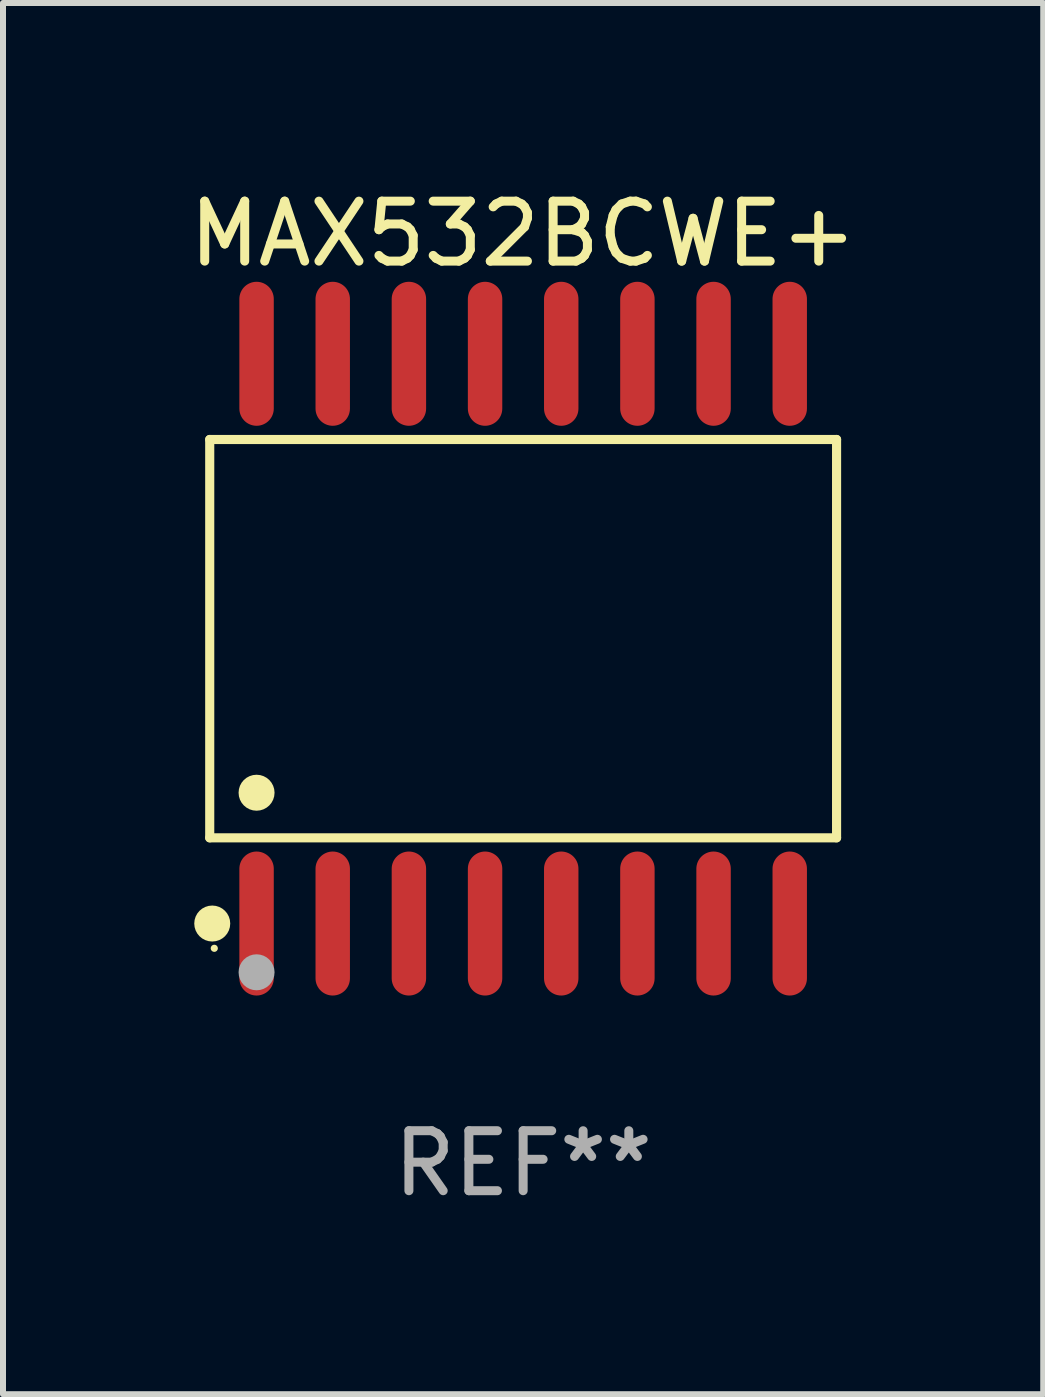
<source format=kicad_pcb>
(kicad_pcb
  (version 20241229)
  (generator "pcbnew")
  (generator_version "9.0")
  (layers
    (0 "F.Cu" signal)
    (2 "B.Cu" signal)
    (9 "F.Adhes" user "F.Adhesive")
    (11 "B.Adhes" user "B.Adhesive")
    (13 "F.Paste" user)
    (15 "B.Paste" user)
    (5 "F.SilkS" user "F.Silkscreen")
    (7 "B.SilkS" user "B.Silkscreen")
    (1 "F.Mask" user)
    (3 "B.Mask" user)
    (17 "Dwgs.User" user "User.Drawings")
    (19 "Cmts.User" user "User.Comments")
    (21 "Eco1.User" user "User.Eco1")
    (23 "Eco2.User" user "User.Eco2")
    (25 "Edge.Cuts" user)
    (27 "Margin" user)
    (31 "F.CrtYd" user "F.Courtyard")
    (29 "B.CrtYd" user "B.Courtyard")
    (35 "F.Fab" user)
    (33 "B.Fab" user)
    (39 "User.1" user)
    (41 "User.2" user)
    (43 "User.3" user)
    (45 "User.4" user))
  (footprint "MAX532BCWE+"
    (layer "F.Cu")
    (at 5.673 7.599)
    (property "Reference" "MAX532BCWE+" (at 0 -6.75 0) (layer "F.SilkS") (effects (font (size 1 1) (thickness 0.15))))
    (attr through_hole)
    (fp_line (start -5.226 -3.321) (end 5.226 -3.321) (stroke (width 0.152) (type solid)) (layer "F.SilkS"))
    (fp_line (start -5.226 3.321) (end -5.226 -3.321) (stroke (width 0.152) (type solid)) (layer "F.SilkS"))
    (fp_line (start 5.226 -3.321) (end 5.226 3.321) (stroke (width 0.152) (type solid)) (layer "F.SilkS"))
    (fp_line (start 5.226 3.321) (end -5.226 3.321) (stroke (width 0.152) (type solid)) (layer "F.SilkS"))
    (fp_circle (center -5.184 4.75) (end -5.034 4.75) (stroke (width 0.3) (type solid)) (fill no) (layer "F.SilkS"))
    (fp_circle (center -5.15 5.163) (end -5.12 5.163) (stroke (width 0.06) (type solid)) (fill no) (layer "F.SilkS"))
    (fp_circle (center -4.445 2.569) (end -4.295 2.569) (stroke (width 0.3) (type solid)) (fill no) (layer "F.SilkS"))
    (fp_circle (center -4.445 5.563) (end -4.295 5.563) (stroke (width 0.3) (type solid)) (fill no) (layer "F.Fab"))
    (fp_text user "REF**" (at 0 8.75 0) (layer "F.Fab") (effects (font (size 1 1) (thickness 0.15))))
    (pad "1" smd oval (at -4.445 4.75) (size 0.574 2.401) (layers "F.Cu" "F.Mask" "F.Paste"))
    (pad "2" smd oval (at -3.175 4.75) (size 0.574 2.401) (layers "F.Cu" "F.Mask" "F.Paste"))
    (pad "3" smd oval (at -1.905 4.75) (size 0.574 2.401) (layers "F.Cu" "F.Mask" "F.Paste"))
    (pad "4" smd oval (at -0.635 4.75) (size 0.574 2.401) (layers "F.Cu" "F.Mask" "F.Paste"))
    (pad "5" smd oval (at 0.635 4.75) (size 0.574 2.401) (layers "F.Cu" "F.Mask" "F.Paste"))
    (pad "6" smd oval (at 1.905 4.75) (size 0.574 2.401) (layers "F.Cu" "F.Mask" "F.Paste"))
    (pad "7" smd oval (at 3.175 4.75) (size 0.574 2.401) (layers "F.Cu" "F.Mask" "F.Paste"))
    (pad "8" smd oval (at 4.445 4.75) (size 0.574 2.401) (layers "F.Cu" "F.Mask" "F.Paste"))
    (pad "9" smd oval (at 4.445 -4.75) (size 0.574 2.401) (layers "F.Cu" "F.Mask" "F.Paste"))
    (pad "10" smd oval (at 3.175 -4.75) (size 0.574 2.401) (layers "F.Cu" "F.Mask" "F.Paste"))
    (pad "11" smd oval (at 1.905 -4.75) (size 0.574 2.401) (layers "F.Cu" "F.Mask" "F.Paste"))
    (pad "12" smd oval (at 0.635 -4.75) (size 0.574 2.401) (layers "F.Cu" "F.Mask" "F.Paste"))
    (pad "13" smd oval (at -0.635 -4.75) (size 0.574 2.401) (layers "F.Cu" "F.Mask" "F.Paste"))
    (pad "14" smd oval (at -1.905 -4.75) (size 0.574 2.401) (layers "F.Cu" "F.Mask" "F.Paste"))
    (pad "15" smd oval (at -3.175 -4.75) (size 0.574 2.401) (layers "F.Cu" "F.Mask" "F.Paste"))
    (pad "16" smd oval (at -4.445 -4.75) (size 0.574 2.401) (layers "F.Cu" "F.Mask" "F.Paste")))
  (gr_rect
    (start -3 -3)
    (end 14.345 20.197)
    (stroke (width 0.1) (type default))
    (fill no)
    (layer "Edge.Cuts")))
</source>
